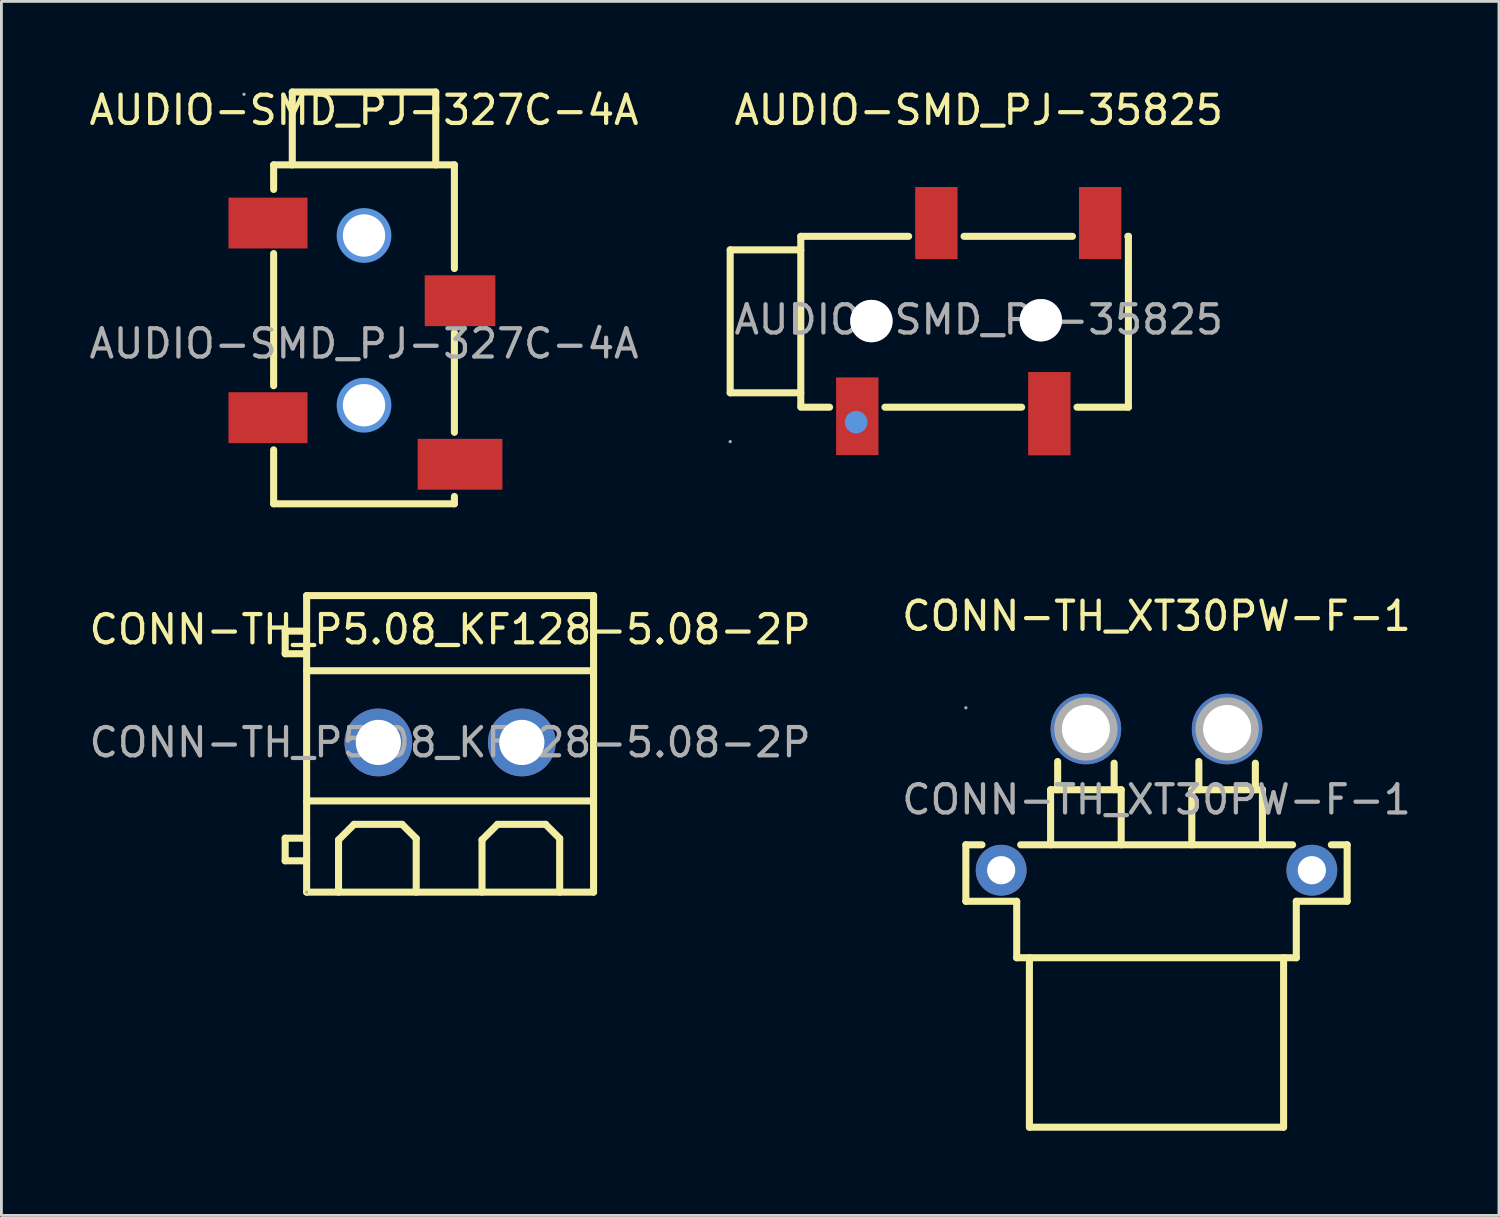
<source format=kicad_pcb>
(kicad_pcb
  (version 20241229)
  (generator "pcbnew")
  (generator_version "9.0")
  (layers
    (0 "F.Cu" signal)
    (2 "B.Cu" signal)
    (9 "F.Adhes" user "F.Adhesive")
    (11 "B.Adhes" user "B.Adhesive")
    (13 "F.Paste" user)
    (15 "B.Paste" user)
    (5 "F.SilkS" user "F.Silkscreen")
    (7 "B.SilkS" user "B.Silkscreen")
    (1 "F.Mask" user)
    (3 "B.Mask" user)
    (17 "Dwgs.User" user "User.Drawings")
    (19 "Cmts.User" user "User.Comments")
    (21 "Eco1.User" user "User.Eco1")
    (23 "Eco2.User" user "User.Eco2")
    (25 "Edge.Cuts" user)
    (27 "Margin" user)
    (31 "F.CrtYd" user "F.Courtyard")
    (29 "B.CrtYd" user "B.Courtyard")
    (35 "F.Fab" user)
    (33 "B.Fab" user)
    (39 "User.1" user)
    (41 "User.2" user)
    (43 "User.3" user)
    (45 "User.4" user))
  (footprint "AUDIO-SMD_PJ-35825"
    (layer "F.Cu")
    (at 31.604 8.268)
    (property "Reference" "AUDIO-SMD_PJ-35825" (at 0 -7.42 0) (layer "F.SilkS") (effects (font (size 1 1) (thickness 0.15))))
    (attr smd)
    (fp_line (start -8.8 -2.47) (end -8.8 2.59) (stroke (width 0.25) (type solid)) (layer "F.SilkS"))
    (fp_line (start -8.8 2.59) (end -6.3 2.59) (stroke (width 0.25) (type solid)) (layer "F.SilkS"))
    (fp_line (start -6.3 -2.95) (end -6.3 3.05) (stroke (width 0.25) (type solid)) (layer "F.SilkS"))
    (fp_line (start -6.3 -2.95) (end -2.48 -2.95) (stroke (width 0.25) (type solid)) (layer "F.SilkS"))
    (fp_line (start -6.3 -2.47) (end -8.8 -2.47) (stroke (width 0.25) (type solid)) (layer "F.SilkS"))
    (fp_line (start -5.28 3.1) (end -6.3 3.1) (stroke (width 0.25) (type solid)) (layer "F.SilkS"))
    (fp_line (start -0.52 -2.95) (end 3.32 -2.95) (stroke (width 0.25) (type solid)) (layer "F.SilkS"))
    (fp_line (start 1.52 3.1) (end -3.32 3.1) (stroke (width 0.25) (type solid)) (layer "F.SilkS"))
    (fp_line (start 5.28 -2.95) (end 5.3 -2.95) (stroke (width 0.25) (type solid)) (layer "F.SilkS"))
    (fp_line (start 5.3 -2.95) (end 5.3 3.1) (stroke (width 0.25) (type solid)) (layer "F.SilkS"))
    (fp_line (start 5.3 3.1) (end 3.48 3.1) (stroke (width 0.25) (type solid)) (layer "F.SilkS"))
    (fp_circle (center -4.34 3.63) (end -4.14 3.63) (stroke (width 0.4) (type solid)) (fill no) (layer "Cmts.User"))
    (fp_circle (center -8.8 4.32) (end -8.77 4.32) (stroke (width 0.06) (type solid)) (fill no) (layer "F.Fab"))
    (fp_text user "${REFERENCE}" (at 0 0 0) (layer "F.Fab") (effects (font (size 1 1) (thickness 0.15))))
    (pad "" thru_hole circle (at -3.8 0.05) (size 1.5 1.5) (drill 1.5) (layers "*.Cu" "*.Mask"))
    (pad "" thru_hole circle (at 2.2 0.02) (size 1.5 1.5) (drill 1.5) (layers "*.Cu" "*.Mask"))
    (pad "1" smd rect (at -4.3 3.42) (size 1.5 2.75) (layers "F.Cu" "F.Mask" "F.Paste"))
    (pad "2" smd rect (at 2.5 3.33) (size 1.5 2.95) (layers "F.Cu" "F.Mask" "F.Paste"))
    (pad "3" smd rect (at 4.3 -3.42) (size 1.5 2.55) (layers "F.Cu" "F.Mask" "F.Paste"))
    (pad "4" smd rect (at -1.5 -3.42) (size 1.5 2.55) (layers "F.Cu" "F.Mask" "F.Paste")))
  (footprint "CONN-TH_XT30PW-F-1"
    (layer "F.Cu")
    (at 37.899 25.262)
    (property "Reference" "CONN-TH_XT30PW-F-1" (at 0 -6.5 0) (layer "F.SilkS") (effects (font (size 1 1) (thickness 0.15))))
    (attr through_hole)
    (fp_line (start -6.75 1.6) (end -6.75 3.6) (stroke (width 0.25) (type solid)) (layer "F.SilkS"))
    (fp_line (start -6.75 3.6) (end -4.95 3.6) (stroke (width 0.25) (type solid)) (layer "F.SilkS"))
    (fp_line (start -6.18 1.6) (end -6.75 1.6) (stroke (width 0.25) (type solid)) (layer "F.SilkS"))
    (fp_line (start -4.95 5.6) (end -4.95 3.6) (stroke (width 0.25) (type solid)) (layer "F.SilkS"))
    (fp_line (start -4.81 1.6) (end 4.82 1.6) (stroke (width 0.25) (type solid)) (layer "F.SilkS"))
    (fp_line (start -4.5 11.6) (end -4.5 5.6) (stroke (width 0.25) (type solid)) (layer "F.SilkS"))
    (fp_line (start -4.5 11.6) (end 4.5 11.6) (stroke (width 0.25) (type solid)) (layer "F.SilkS"))
    (fp_line (start -3.75 -0.35) (end -1.25 -0.35) (stroke (width 0.25) (type solid)) (layer "F.SilkS"))
    (fp_line (start -3.75 1.6) (end -3.75 -0.35) (stroke (width 0.25) (type solid)) (layer "F.SilkS"))
    (fp_line (start -3.5 -0.35) (end -3.5 -1.35) (stroke (width 0.25) (type solid)) (layer "F.SilkS"))
    (fp_line (start -1.5 -0.35) (end -1.5 -1.29) (stroke (width 0.25) (type solid)) (layer "F.SilkS"))
    (fp_line (start -1.25 1.6) (end -1.25 -0.35) (stroke (width 0.25) (type solid)) (layer "F.SilkS"))
    (fp_line (start 1.25 -0.35) (end 3.75 -0.35) (stroke (width 0.25) (type solid)) (layer "F.SilkS"))
    (fp_line (start 1.25 1.6) (end 1.25 -0.35) (stroke (width 0.25) (type solid)) (layer "F.SilkS"))
    (fp_line (start 1.5 -0.35) (end 1.5 -1.35) (stroke (width 0.25) (type solid)) (layer "F.SilkS"))
    (fp_line (start 3.5 -0.35) (end 3.5 -1.29) (stroke (width 0.25) (type solid)) (layer "F.SilkS"))
    (fp_line (start 3.75 1.6) (end 3.75 -0.35) (stroke (width 0.25) (type solid)) (layer "F.SilkS"))
    (fp_line (start 4.5 11.6) (end 4.5 5.6) (stroke (width 0.25) (type solid)) (layer "F.SilkS"))
    (fp_line (start 4.95 5.6) (end -4.95 5.6) (stroke (width 0.25) (type solid)) (layer "F.SilkS"))
    (fp_line (start 4.95 5.6) (end 4.95 3.6) (stroke (width 0.25) (type solid)) (layer "F.SilkS"))
    (fp_line (start 6.19 1.6) (end 6.75 1.6) (stroke (width 0.25) (type solid)) (layer "F.SilkS"))
    (fp_line (start 6.75 1.6) (end 6.75 3.6) (stroke (width 0.25) (type solid)) (layer "F.SilkS"))
    (fp_line (start 6.75 3.6) (end 4.95 3.6) (stroke (width 0.25) (type solid)) (layer "F.SilkS"))
    (fp_circle (center -6.75 -3.25) (end -6.72 -3.25) (stroke (width 0.06) (type solid)) (fill no) (layer "F.Fab"))
    (fp_circle (center -5.5 2.5) (end -5.3 2.5) (stroke (width 0.4) (type solid)) (fill no) (layer "F.Fab"))
    (fp_circle (center -2.5 -2.5) (end -2.13 -2.5) (stroke (width 0.75) (type solid)) (fill no) (layer "F.Fab"))
    (fp_circle (center 2.5 -2.5) (end 2.87 -2.5) (stroke (width 0.75) (type solid)) (fill no) (layer "F.Fab"))
    (fp_circle (center 5.5 2.5) (end 5.7 2.5) (stroke (width 0.4) (type solid)) (fill no) (layer "F.Fab"))
    (fp_text user "${REFERENCE}" (at 0 0 0) (layer "F.Fab") (effects (font (size 1 1) (thickness 0.15))))
    (pad "1" thru_hole circle (at -2.5 -2.5) (size 2.5 2.5) (drill 1.7) (layers "*.Cu" "*.Mask"))
    (pad "2" thru_hole circle (at 2.5 -2.5) (size 2.5 2.5) (drill 1.7) (layers "*.Cu" "*.Mask"))
    (pad "3" thru_hole circle (at 5.5 2.5) (size 1.8 1.8) (drill 1) (layers "*.Cu" "*.Mask"))
    (pad "4" thru_hole circle (at -5.5 2.5) (size 1.8 1.8) (drill 1) (layers "*.Cu" "*.Mask")))
  (footprint "AUDIO-SMD_PJ-327C-4A"
    (layer "F.Cu")
    (at 9.839 9.118)
    (property "Reference" "AUDIO-SMD_PJ-327C-4A" (at 0 -8.27 0) (layer "F.SilkS") (effects (font (size 1 1) (thickness 0.15))))
    (attr smd)
    (fp_line (start -3.2 -6.33) (end 3.2 -6.33) (stroke (width 0.25) (type solid)) (layer "F.SilkS"))
    (fp_line (start -3.2 -5.46) (end -3.2 -6.33) (stroke (width 0.25) (type solid)) (layer "F.SilkS"))
    (fp_line (start -3.2 1.34) (end -3.2 -3.19) (stroke (width 0.25) (type solid)) (layer "F.SilkS"))
    (fp_line (start -3.2 1.34) (end -3.2 1.49) (stroke (width 0.25) (type solid)) (layer "F.SilkS"))
    (fp_line (start -3.2 3.76) (end -3.2 5.67) (stroke (width 0.25) (type solid)) (layer "F.SilkS"))
    (fp_line (start -3.2 5.67) (end 3.2 5.67) (stroke (width 0.25) (type solid)) (layer "F.SilkS"))
    (fp_line (start -2.54 -8.91) (end -2.54 -8.36) (stroke (width 0.25) (type solid)) (layer "F.SilkS"))
    (fp_line (start -2.54 -8.91) (end 2.54 -8.91) (stroke (width 0.25) (type solid)) (layer "F.SilkS"))
    (fp_line (start -2.54 -8.36) (end -2.54 -6.33) (stroke (width 0.25) (type solid)) (layer "F.SilkS"))
    (fp_line (start 2.54 -8.91) (end 2.54 -8.21) (stroke (width 0.25) (type solid)) (layer "F.SilkS"))
    (fp_line (start 2.54 -8.36) (end 2.54 -6.33) (stroke (width 0.25) (type solid)) (layer "F.SilkS"))
    (fp_line (start 3.2 -6.33) (end 3.2 -2.66) (stroke (width 0.25) (type solid)) (layer "F.SilkS"))
    (fp_line (start 3.2 -0.39) (end 3.2 3.14) (stroke (width 0.25) (type solid)) (layer "F.SilkS"))
    (fp_line (start 3.2 5.41) (end 3.2 5.67) (stroke (width 0.25) (type solid)) (layer "F.SilkS"))
    (fp_circle (center 0 -3.83) (end 0.32 -3.83) (stroke (width 0.65) (type solid)) (fill no) (layer "Cmts.User"))
    (fp_circle (center 0 2.18) (end 0.32 2.18) (stroke (width 0.65) (type solid)) (fill no) (layer "Cmts.User"))
    (fp_circle (center -4.25 -8.83) (end -4.22 -8.83) (stroke (width 0.06) (type solid)) (fill no) (layer "F.Fab"))
    (fp_text user "${REFERENCE}" (at 0 0 0) (layer "F.Fab") (effects (font (size 1 1) (thickness 0.15))))
    (pad "" thru_hole circle (at 0 -3.83) (size 1.5 1.5) (drill 1.5) (layers "*.Cu" "*.Mask"))
    (pad "" thru_hole circle (at 0 2.18) (size 1.5 1.5) (drill 1.5) (layers "*.Cu" "*.Mask"))
    (pad "1" smd rect (at -3.4 -4.27 90) (size 1.8 2.8) (layers "F.Cu" "F.Mask" "F.Paste"))
    (pad "2" smd rect (at -3.4 2.62 90) (size 1.8 2.8) (layers "F.Cu" "F.Mask" "F.Paste"))
    (pad "3" smd rect (at 3.4 -1.52 90) (size 1.8 2.5) (layers "F.Cu" "F.Mask" "F.Paste"))
    (pad "4" smd rect (at 3.4 4.27 90) (size 1.8 3) (layers "F.Cu" "F.Mask" "F.Paste")))
  (footprint "CONN-TH_P5.08_KF128-5.08-2P"
    (layer "F.Cu")
    (at 12.887 23.238)
    (property "Reference" "CONN-TH_P5.08_KF128-5.08-2P" (at 0 -4 0) (layer "F.SilkS") (effects (font (size 1 1) (thickness 0.15))))
    (attr through_hole)
    (fp_line (start -5.84 -3.94) (end -5.84 -3.14) (stroke (width 0.25) (type solid)) (layer "F.SilkS"))
    (fp_line (start -5.84 -3.14) (end -5.08 -3.14) (stroke (width 0.25) (type solid)) (layer "F.SilkS"))
    (fp_line (start -5.84 3.39) (end -5.84 4.19) (stroke (width 0.25) (type solid)) (layer "F.SilkS"))
    (fp_line (start -5.84 4.19) (end -5.08 4.19) (stroke (width 0.25) (type solid)) (layer "F.SilkS"))
    (fp_line (start -5.08 -5.2) (end -5.08 5.3) (stroke (width 0.25) (type solid)) (layer "F.SilkS"))
    (fp_line (start -5.08 -5.2) (end 5.08 -5.2) (stroke (width 0.25) (type solid)) (layer "F.SilkS"))
    (fp_line (start -5.08 -3.94) (end -5.84 -3.94) (stroke (width 0.25) (type solid)) (layer "F.SilkS"))
    (fp_line (start -5.08 -2.54) (end 5.08 -2.54) (stroke (width 0.25) (type solid)) (layer "F.SilkS"))
    (fp_line (start -5.08 2.07) (end 5.08 2.07) (stroke (width 0.25) (type solid)) (layer "F.SilkS"))
    (fp_line (start -5.08 3.39) (end -5.84 3.39) (stroke (width 0.25) (type solid)) (layer "F.SilkS"))
    (fp_line (start -5.08 5.3) (end 5.08 5.3) (stroke (width 0.25) (type solid)) (layer "F.SilkS"))
    (fp_line (start -3.95 3.45) (end -3.4 2.9) (stroke (width 0.25) (type solid)) (layer "F.SilkS"))
    (fp_line (start -3.95 5.3) (end -3.95 3.45) (stroke (width 0.25) (type solid)) (layer "F.SilkS"))
    (fp_line (start -3.4 2.9) (end -1.7 2.9) (stroke (width 0.25) (type solid)) (layer "F.SilkS"))
    (fp_line (start -1.7 2.9) (end -1.2 3.4) (stroke (width 0.25) (type solid)) (layer "F.SilkS"))
    (fp_line (start -1.2 3.4) (end -1.2 5.3) (stroke (width 0.25) (type solid)) (layer "F.SilkS"))
    (fp_line (start 1.13 3.45) (end 1.68 2.9) (stroke (width 0.25) (type solid)) (layer "F.SilkS"))
    (fp_line (start 1.13 5.3) (end 1.13 3.45) (stroke (width 0.25) (type solid)) (layer "F.SilkS"))
    (fp_line (start 1.68 2.9) (end 3.38 2.9) (stroke (width 0.25) (type solid)) (layer "F.SilkS"))
    (fp_line (start 3.38 2.9) (end 3.88 3.4) (stroke (width 0.25) (type solid)) (layer "F.SilkS"))
    (fp_line (start 3.88 3.4) (end 3.88 5.3) (stroke (width 0.25) (type solid)) (layer "F.SilkS"))
    (fp_line (start 5.08 -5.2) (end 5.08 5.3) (stroke (width 0.25) (type solid)) (layer "F.SilkS"))
    (fp_circle (center -5.08 5.3) (end -5.05 5.3) (stroke (width 0.06) (type solid)) (fill no) (layer "F.Fab"))
    (fp_text user "${REFERENCE}" (at 0 0 0) (layer "F.Fab") (effects (font (size 1 1) (thickness 0.15))))
    (pad "1" thru_hole circle (at -2.54 0) (size 2.4 2.4) (drill 1.6) (layers "*.Cu" "*.Mask"))
    (pad "2" thru_hole circle (at 2.54 0) (size 2.4 2.4) (drill 1.6) (layers "*.Cu" "*.Mask")))
  (gr_rect
    (start -3 -3)
    (end 50.024 39.986)
    (stroke (width 0.1) (type default))
    (fill no)
    (layer "Edge.Cuts")))
</source>
